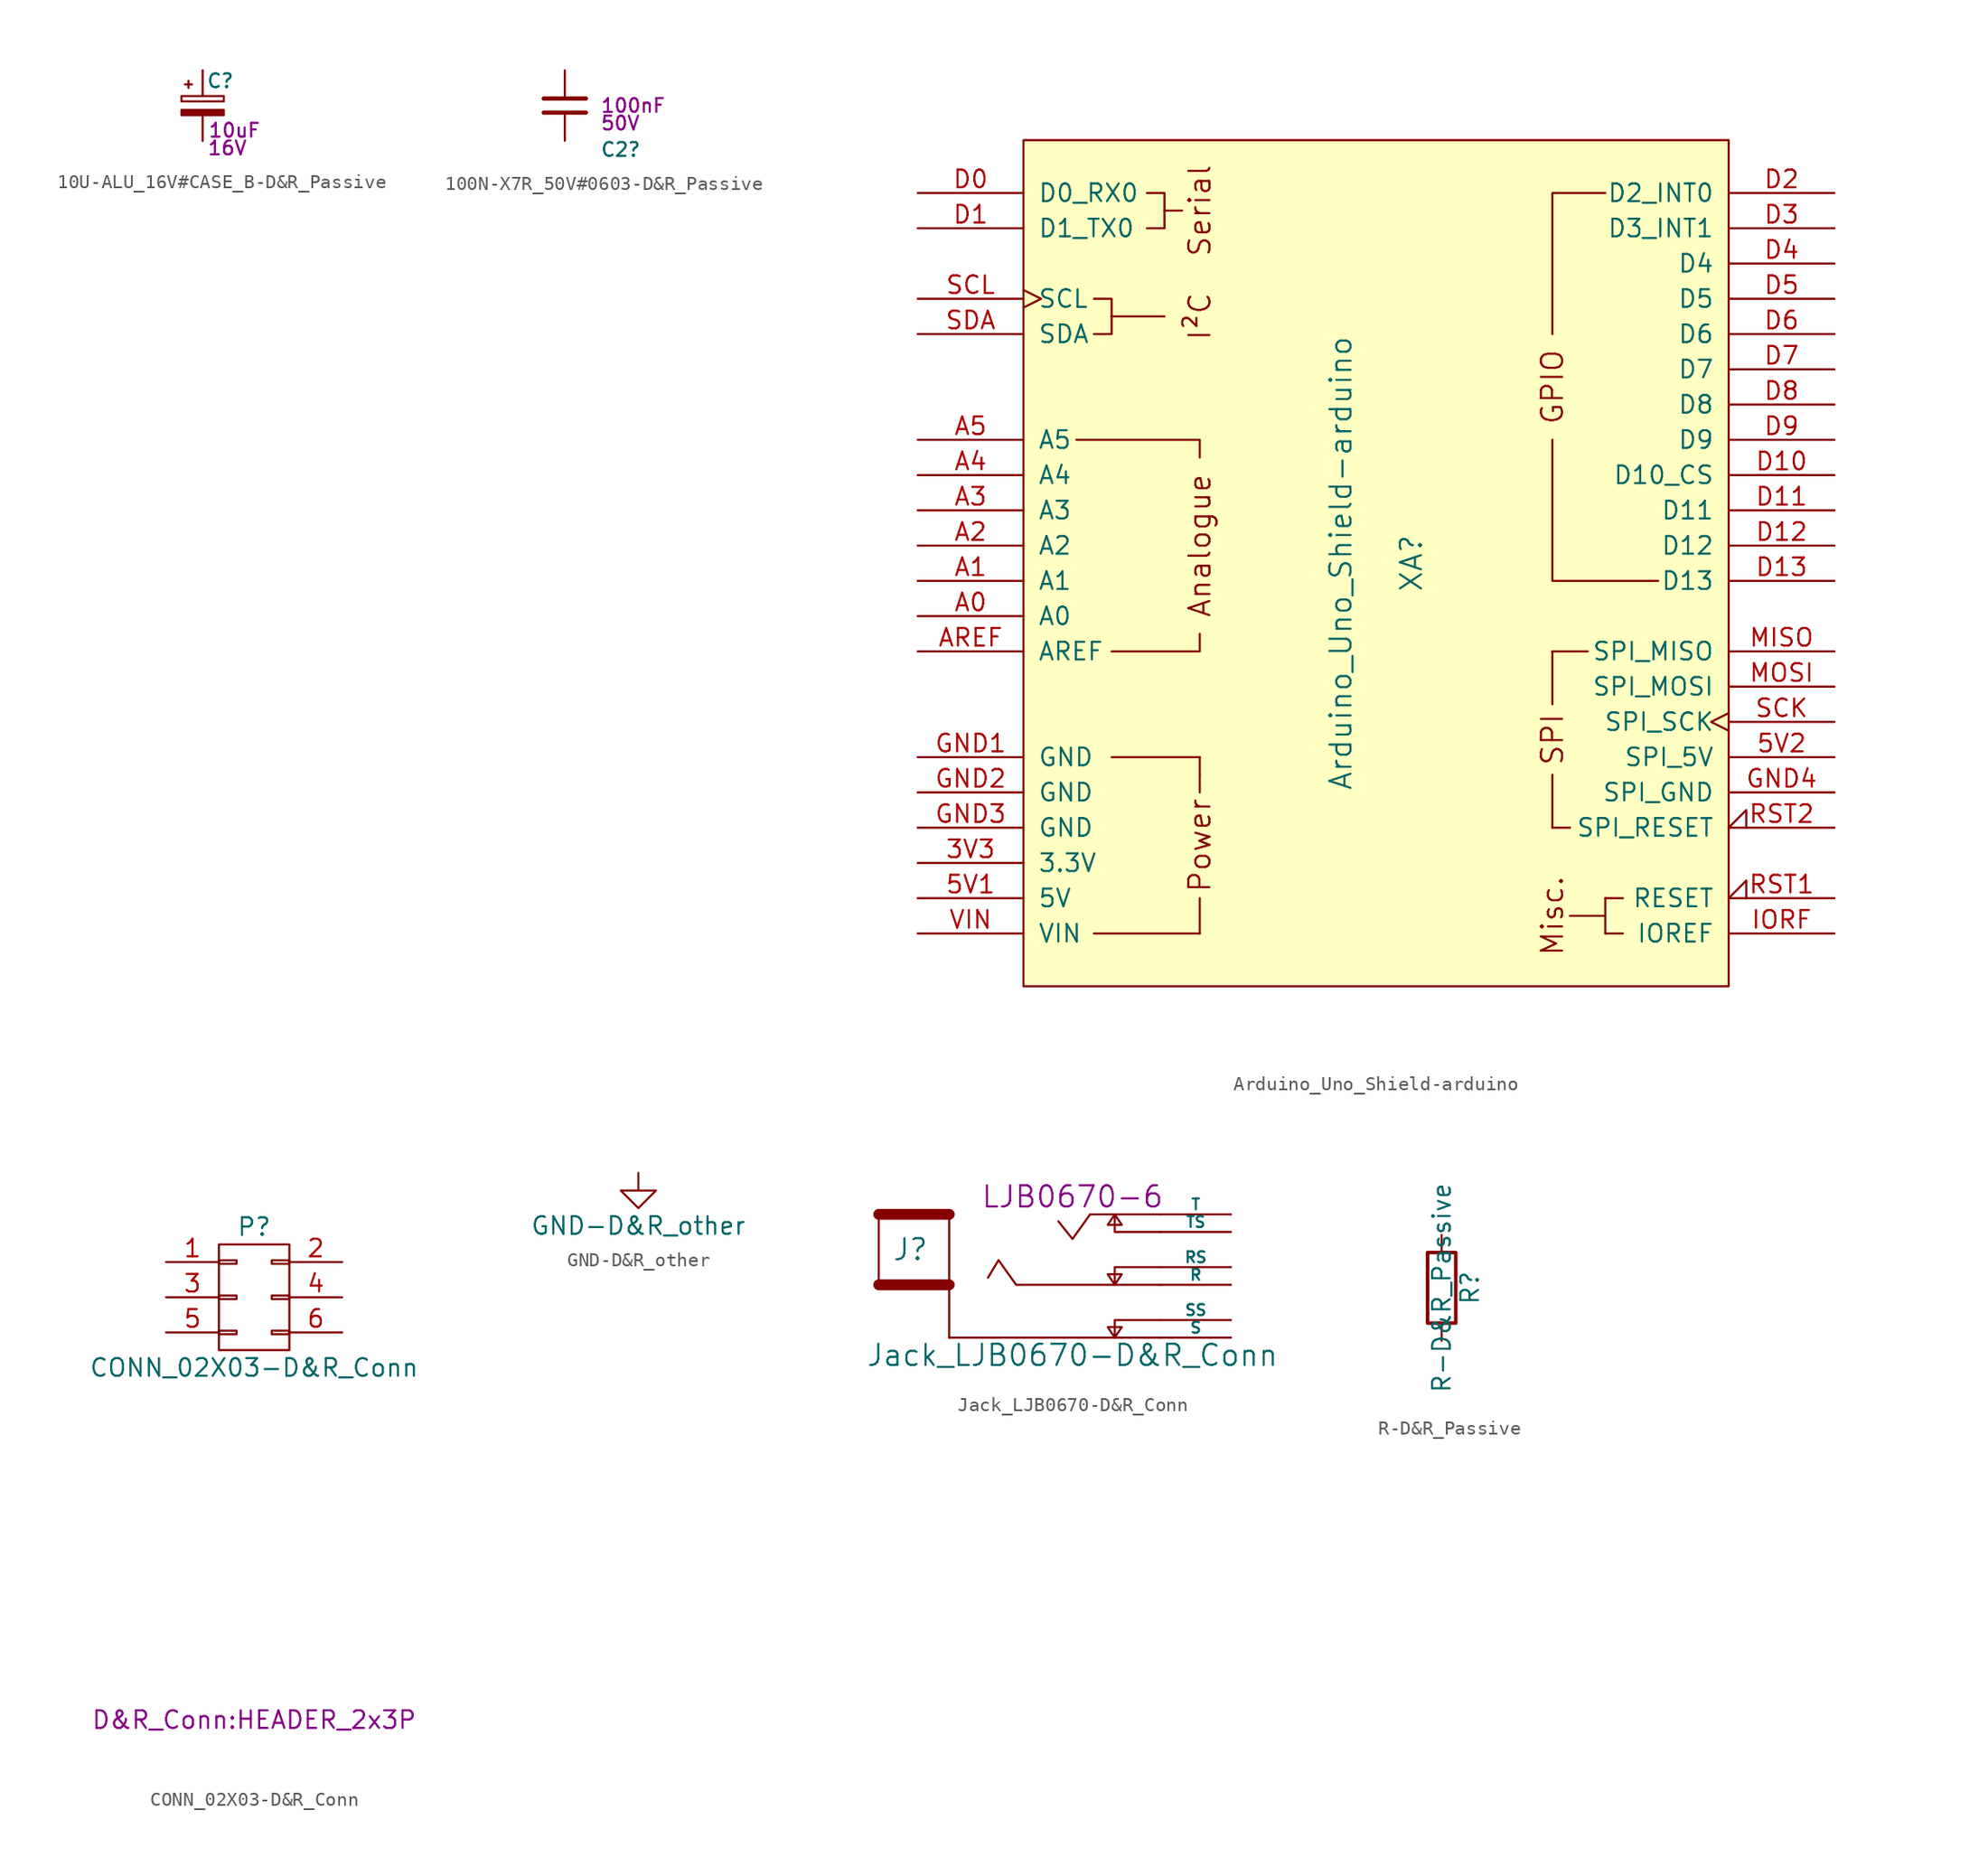
<source format=kicad_sym>
(kicad_symbol_lib
  (version 20211014)
  (generator kicad_symbol_editor)
  (symbol "10U-ALU_16V#CASE_B-D&R_Passive"
    (pin_numbers hide)
    (pin_names
      (offset 0.254) hide)
    (property "Reference" "C"
      (at 0.254 1.778 0)
      (effects (font (size 0.991 0.991)) (justify left)))
    (property "Datasheet" ""
      (at 0.254 1.778 0)
      (effects (font (size 1.524 1.524))))
    (property "Component Value" "10uF"
      (at 2.286 -1.778 0)
      (effects (font (size 0.991 0.991))))
    (property "Voltage" "16V"
      (at 1.778 -3.048 0)
      (effects (font (size 0.991 0.991))))
    (symbol "10U-ALU_16V#CASE_B-D&R_Passive_0_1"
      (rectangle (start -1.524 -0.305) (end 1.524 -0.686) (stroke (width 0) (type default) (color 0 0 0 0)) (fill (type outline)))
      (rectangle (start -1.524 0.686) (end 1.524 0.305) (stroke (width 0) (type default) (color 0 0 0 0)) (fill (type none)))
      (polyline (pts (xy -1.27 1.524) (xy -0.762 1.524)) (stroke (width 0) (type default) (color 0 0 0 0)) (fill (type none)))
      (polyline (pts (xy -1.016 1.27) (xy -1.016 1.778)) (stroke (width 0) (type default) (color 0 0 0 0)) (fill (type none))))
    (symbol "10U-ALU_16V#CASE_B-D&R_Passive_1_1"
      (pin passive line (at 0 2.54 270) (length 1.854) (name "~" (effects (font (size 1.016 1.016)))) (number "1" (effects (font (size 1.016 1.016)))))
      (pin passive line (at 0 -2.54 90) (length 1.854) (name "~" (effects (font (size 1.016 1.016)))) (number "2" (effects (font (size 1.016 1.016)))))))
  (symbol "100N-X7R_50V#0603-D&R_Passive"
    (pin_numbers hide)
    (pin_names
      (offset 1.016) hide)
    (property "Reference" "C2"
      (at 2.54 -3.175 0)
      (effects (font (size 0.991 0.991)) (justify left)))
    (property "Datasheet" ""
      (at 0 0 0)
      (effects (font (size 1.524 1.524))))
    (property "Component Value" "100nF"
      (at 2.54 0 0)
      (effects (font (size 0.991 0.991)) (justify left)))
    (property "Voltage" "50V"
      (at 2.54 -1.27 0)
      (effects (font (size 0.991 0.991)) (justify left)))
    (symbol "100N-X7R_50V#0603-D&R_Passive_0_1"
      (polyline (pts (xy -1.524 -0.508) (xy 1.524 -0.508)) (stroke (width 0.305) (type default) (color 0 0 0 0)) (fill (type none)))
      (polyline (pts (xy 1.524 0.508) (xy -1.524 0.508)) (stroke (width 0.305) (type default) (color 0 0 0 0)) (fill (type none))))
    (symbol "100N-X7R_50V#0603-D&R_Passive_1_1"
      (pin bidirectional line (at 0 2.54 270) (length 1.905) (name "1" (effects (font (size 1.27 1.27)))) (number "1" (effects (font (size 1.27 1.27)))))
      (pin bidirectional line (at 0 -2.54 90) (length 1.905) (name "2" (effects (font (size 1.27 1.27)))) (number "2" (effects (font (size 1.27 1.27)))))))
  (symbol "Arduino_Uno_Shield-arduino"
    (pin_names
      (offset 1.016))
    (property "Reference" "XA"
      (at 2.54 0 90)
      (effects (font (size 1.524 1.524))))
    (property "Value" "Arduino_Uno_Shield-arduino"
      (at -2.54 0 90)
      (effects (font (size 1.524 1.524))))
    (symbol "Arduino_Uno_Shield-arduino_0_0"
      (rectangle (start -25.4 30.48) (end 25.4 -30.48) (stroke (width 0) (type default) (color 0 0 0 0)) (fill (type background)))
      (rectangle (start -20.32 -26.67) (end -12.7 -26.67) (stroke (width 0) (type default) (color 0 0 0 0)) (fill (type none)))
      (rectangle (start -19.05 -13.97) (end -12.7 -13.97) (stroke (width 0) (type default) (color 0 0 0 0)) (fill (type none)))
      (polyline (pts (xy -19.05 17.78) (xy -15.24 17.78)) (stroke (width 0) (type default) (color 0 0 0 0)) (fill (type none)))
      (polyline (pts (xy -15.24 25.4) (xy -13.97 25.4)) (stroke (width 0) (type default) (color 0 0 0 0)) (fill (type none)))
      (polyline (pts (xy -12.7 -26.67) (xy -12.7 -24.13)) (stroke (width 0) (type default) (color 0 0 0 0)) (fill (type none)))
      (polyline (pts (xy -12.7 -15.24) (xy -12.7 -16.51)) (stroke (width 0) (type default) (color 0 0 0 0)) (fill (type none)))
      (polyline (pts (xy -12.7 -13.97) (xy -12.7 -15.24)) (stroke (width 0) (type default) (color 0 0 0 0)) (fill (type none)))
      (polyline (pts (xy -12.7 -5.08) (xy -12.7 -6.35) (xy -19.05 -6.35)) (stroke (width 0) (type default) (color 0 0 0 0)) (fill (type none)))
      (polyline (pts (xy -12.7 7.62) (xy -12.7 8.89) (xy -21.59 8.89)) (stroke (width 0) (type default) (color 0 0 0 0)) (fill (type none)))
      (polyline (pts (xy 12.7 8.89) (xy 12.7 -1.27) (xy 20.32 -1.27)) (stroke (width 0) (type default) (color 0 0 0 0)) (fill (type none)))
      (polyline (pts (xy 12.7 16.51) (xy 12.7 26.67) (xy 16.51 26.67)) (stroke (width 0) (type default) (color 0 0 0 0)) (fill (type none)))
      (polyline (pts (xy -20.32 19.05) (xy -19.05 19.05) (xy -19.05 16.51) (xy -20.32 16.51)) (stroke (width 0) (type default) (color 0 0 0 0)) (fill (type none)))
      (polyline (pts (xy -16.51 26.67) (xy -15.24 26.67) (xy -15.24 24.13) (xy -16.51 24.13)) (stroke (width 0) (type default) (color 0 0 0 0)) (fill (type none)))
      (rectangle (start 12.7 -19.05) (end 12.7 -15.24) (stroke (width 0) (type default) (color 0 0 0 0)) (fill (type none)))
      (rectangle (start 12.7 -10.16) (end 12.7 -6.35) (stroke (width 0) (type default) (color 0 0 0 0)) (fill (type none)))
      (rectangle (start 13.97 -19.05) (end 12.7 -19.05) (stroke (width 0) (type default) (color 0 0 0 0)) (fill (type none)))
      (rectangle (start 15.24 -6.35) (end 12.7 -6.35) (stroke (width 0) (type default) (color 0 0 0 0)) (fill (type none)))
      (rectangle (start 16.51 -25.4) (end 13.97 -25.4) (stroke (width 0) (type default) (color 0 0 0 0)) (fill (type none)))
      (rectangle (start 16.51 -24.13) (end 16.51 -26.67) (stroke (width 0) (type default) (color 0 0 0 0)) (fill (type none)))
      (rectangle (start 17.78 -26.67) (end 16.51 -26.67) (stroke (width 0) (type default) (color 0 0 0 0)) (fill (type none)))
      (rectangle (start 17.78 -24.13) (end 16.51 -24.13) (stroke (width 0) (type default) (color 0 0 0 0)) (fill (type none)))
      (text "Analogue" (at -12.7 1.27 900) (effects (font (size 1.524 1.524))))
      (text "I²C" (at -12.7 17.78 900) (effects (font (size 1.524 1.524))))
      (text "Misc." (at 12.7 -25.4 900) (effects (font (size 1.524 1.524))))
      (text "Power" (at -12.7 -20.32 900) (effects (font (size 1.524 1.524))))
      (text "Serial" (at -12.7 25.4 900) (effects (font (size 1.524 1.524))))
      (text "SPI" (at 12.7 -12.7 900) (effects (font (size 1.524 1.524)))))
    (symbol "Arduino_Uno_Shield-arduino_1_0"
      (text "GPIO" (at 12.7 12.7 900) (effects (font (size 1.524 1.524)))))
    (symbol "Arduino_Uno_Shield-arduino_1_1"
      (pin power_in line (at -33.02 -21.59 0) (length 7.62) (name "3.3V" (effects (font (size 1.27 1.27)))) (number "3V3" (effects (font (size 1.27 1.27)))))
      (pin power_in line (at -33.02 -24.13 0) (length 7.62) (name "5V" (effects (font (size 1.27 1.27)))) (number "5V1" (effects (font (size 1.27 1.27)))))
      (pin power_in line (at 33.02 -13.97 180) (length 7.62) (name "SPI_5V" (effects (font (size 1.27 1.27)))) (number "5V2" (effects (font (size 1.27 1.27)))))
      (pin bidirectional line (at -33.02 -3.81 0) (length 7.62) (name "A0" (effects (font (size 1.27 1.27)))) (number "A0" (effects (font (size 1.27 1.27)))))
      (pin bidirectional line (at -33.02 -1.27 0) (length 7.62) (name "A1" (effects (font (size 1.27 1.27)))) (number "A1" (effects (font (size 1.27 1.27)))))
      (pin bidirectional line (at -33.02 1.27 0) (length 7.62) (name "A2" (effects (font (size 1.27 1.27)))) (number "A2" (effects (font (size 1.27 1.27)))))
      (pin bidirectional line (at -33.02 3.81 0) (length 7.62) (name "A3" (effects (font (size 1.27 1.27)))) (number "A3" (effects (font (size 1.27 1.27)))))
      (pin bidirectional line (at -33.02 6.35 0) (length 7.62) (name "A4" (effects (font (size 1.27 1.27)))) (number "A4" (effects (font (size 1.27 1.27)))))
      (pin bidirectional line (at -33.02 8.89 0) (length 7.62) (name "A5" (effects (font (size 1.27 1.27)))) (number "A5" (effects (font (size 1.27 1.27)))))
      (pin input line (at -33.02 -6.35 0) (length 7.62) (name "AREF" (effects (font (size 1.27 1.27)))) (number "AREF" (effects (font (size 1.27 1.27)))))
      (pin bidirectional line (at -33.02 26.67 0) (length 7.62) (name "D0_RX0" (effects (font (size 1.27 1.27)))) (number "D0" (effects (font (size 1.27 1.27)))))
      (pin bidirectional line (at -33.02 24.13 0) (length 7.62) (name "D1_TX0" (effects (font (size 1.27 1.27)))) (number "D1" (effects (font (size 1.27 1.27)))))
      (pin bidirectional line (at 33.02 6.35 180) (length 7.62) (name "D10_CS" (effects (font (size 1.27 1.27)))) (number "D10" (effects (font (size 1.27 1.27)))))
      (pin bidirectional line (at 33.02 3.81 180) (length 7.62) (name "D11" (effects (font (size 1.27 1.27)))) (number "D11" (effects (font (size 1.27 1.27)))))
      (pin bidirectional line (at 33.02 1.27 180) (length 7.62) (name "D12" (effects (font (size 1.27 1.27)))) (number "D12" (effects (font (size 1.27 1.27)))))
      (pin bidirectional line (at 33.02 -1.27 180) (length 7.62) (name "D13" (effects (font (size 1.27 1.27)))) (number "D13" (effects (font (size 1.27 1.27)))))
      (pin bidirectional line (at 33.02 26.67 180) (length 7.62) (name "D2_INT0" (effects (font (size 1.27 1.27)))) (number "D2" (effects (font (size 1.27 1.27)))))
      (pin bidirectional line (at 33.02 24.13 180) (length 7.62) (name "D3_INT1" (effects (font (size 1.27 1.27)))) (number "D3" (effects (font (size 1.27 1.27)))))
      (pin bidirectional line (at 33.02 21.59 180) (length 7.62) (name "D4" (effects (font (size 1.27 1.27)))) (number "D4" (effects (font (size 1.27 1.27)))))
      (pin bidirectional line (at 33.02 19.05 180) (length 7.62) (name "D5" (effects (font (size 1.27 1.27)))) (number "D5" (effects (font (size 1.27 1.27)))))
      (pin bidirectional line (at 33.02 16.51 180) (length 7.62) (name "D6" (effects (font (size 1.27 1.27)))) (number "D6" (effects (font (size 1.27 1.27)))))
      (pin bidirectional line (at 33.02 13.97 180) (length 7.62) (name "D7" (effects (font (size 1.27 1.27)))) (number "D7" (effects (font (size 1.27 1.27)))))
      (pin bidirectional line (at 33.02 11.43 180) (length 7.62) (name "D8" (effects (font (size 1.27 1.27)))) (number "D8" (effects (font (size 1.27 1.27)))))
      (pin bidirectional line (at 33.02 8.89 180) (length 7.62) (name "D9" (effects (font (size 1.27 1.27)))) (number "D9" (effects (font (size 1.27 1.27)))))
      (pin power_in line (at -33.02 -13.97 0) (length 7.62) (name "GND" (effects (font (size 1.27 1.27)))) (number "GND1" (effects (font (size 1.27 1.27)))))
      (pin power_in line (at -33.02 -16.51 0) (length 7.62) (name "GND" (effects (font (size 1.27 1.27)))) (number "GND2" (effects (font (size 1.27 1.27)))))
      (pin power_in line (at -33.02 -19.05 0) (length 7.62) (name "GND" (effects (font (size 1.27 1.27)))) (number "GND3" (effects (font (size 1.27 1.27)))))
      (pin power_in line (at 33.02 -16.51 180) (length 7.62) (name "SPI_GND" (effects (font (size 1.27 1.27)))) (number "GND4" (effects (font (size 1.27 1.27)))))
      (pin output line (at 33.02 -26.67 180) (length 7.62) (name "IOREF" (effects (font (size 1.27 1.27)))) (number "IORF" (effects (font (size 1.27 1.27)))))
      (pin input line (at 33.02 -6.35 180) (length 7.62) (name "SPI_MISO" (effects (font (size 1.27 1.27)))) (number "MISO" (effects (font (size 1.27 1.27)))))
      (pin output line (at 33.02 -8.89 180) (length 7.62) (name "SPI_MOSI" (effects (font (size 1.27 1.27)))) (number "MOSI" (effects (font (size 1.27 1.27)))))
      (pin open_collector input_low (at 33.02 -24.13 180) (length 7.62) (name "RESET" (effects (font (size 1.27 1.27)))) (number "RST1" (effects (font (size 1.27 1.27)))))
      (pin open_collector input_low (at 33.02 -19.05 180) (length 7.62) (name "SPI_RESET" (effects (font (size 1.27 1.27)))) (number "RST2" (effects (font (size 1.27 1.27)))))
      (pin output clock (at 33.02 -11.43 180) (length 7.62) (name "SPI_SCK" (effects (font (size 1.27 1.27)))) (number "SCK" (effects (font (size 1.27 1.27)))))
      (pin bidirectional clock (at -33.02 19.05 0) (length 7.62) (name "SCL" (effects (font (size 1.27 1.27)))) (number "SCL" (effects (font (size 1.27 1.27)))))
      (pin bidirectional line (at -33.02 16.51 0) (length 7.62) (name "SDA" (effects (font (size 1.27 1.27)))) (number "SDA" (effects (font (size 1.27 1.27)))))
      (pin power_in line (at -33.02 -26.67 0) (length 7.62) (name "VIN" (effects (font (size 1.27 1.27)))) (number "VIN" (effects (font (size 1.27 1.27)))))))
  (symbol "CONN_02X03-D&R_Conn"
    (pin_names
      (offset 0.025) hide)
    (property "Reference" "P"
      (at 0 5.08 0)
      (effects (font (size 1.27 1.27))))
    (property "Value" "CONN_02X03-D&R_Conn"
      (at 0 -5.08 0)
      (effects (font (size 1.27 1.27))))
    (property "Footprint" "D&R_Conn:HEADER_2x3P"
      (at 0 -30.48 0)
      (effects (font (size 1.27 1.27))))
    (property "Datasheet" ""
      (at 0 -30.48 0)
      (effects (font (size 1.27 1.27))))
    (symbol "CONN_02X03-D&R_Conn_0_1"
      (rectangle (start -2.54 -2.413) (end -1.27 -2.667) (stroke (width 0) (type default) (color 0 0 0 0)) (fill (type none)))
      (rectangle (start -2.54 0.127) (end -1.27 -0.127) (stroke (width 0) (type default) (color 0 0 0 0)) (fill (type none)))
      (rectangle (start -2.54 2.667) (end -1.27 2.413) (stroke (width 0) (type default) (color 0 0 0 0)) (fill (type none)))
      (rectangle (start -2.54 3.81) (end 2.54 -3.81) (stroke (width 0) (type default) (color 0 0 0 0)) (fill (type none)))
      (rectangle (start 1.27 -2.413) (end 2.54 -2.667) (stroke (width 0) (type default) (color 0 0 0 0)) (fill (type none)))
      (rectangle (start 1.27 0.127) (end 2.54 -0.127) (stroke (width 0) (type default) (color 0 0 0 0)) (fill (type none)))
      (rectangle (start 1.27 2.667) (end 2.54 2.413) (stroke (width 0) (type default) (color 0 0 0 0)) (fill (type none))))
    (symbol "CONN_02X03-D&R_Conn_1_1"
      (pin passive line (at -6.35 2.54 0) (length 3.81) (name "P1" (effects (font (size 1.27 1.27)))) (number "1" (effects (font (size 1.27 1.27)))))
      (pin passive line (at 6.35 2.54 180) (length 3.81) (name "P2" (effects (font (size 1.27 1.27)))) (number "2" (effects (font (size 1.27 1.27)))))
      (pin passive line (at -6.35 0 0) (length 3.81) (name "P3" (effects (font (size 1.27 1.27)))) (number "3" (effects (font (size 1.27 1.27)))))
      (pin passive line (at 6.35 0 180) (length 3.81) (name "P4" (effects (font (size 1.27 1.27)))) (number "4" (effects (font (size 1.27 1.27)))))
      (pin passive line (at -6.35 -2.54 0) (length 3.81) (name "P5" (effects (font (size 1.27 1.27)))) (number "5" (effects (font (size 1.27 1.27)))))
      (pin passive line (at 6.35 -2.54 180) (length 3.81) (name "P6" (effects (font (size 1.27 1.27)))) (number "6" (effects (font (size 1.27 1.27)))))))
  (symbol "GND-D&R_other"
    (power)
    (pin_names
      (offset 0))
    (property "Reference" "#PWR"
      (at 0 -6.35 0)
      (effects (font (size 1.27 1.27)) hide))
    (property "Value" "GND-D&R_other"
      (at 0 -3.81 0)
      (effects (font (size 1.27 1.27))))
    (symbol "GND-D&R_other_0_1"
      (polyline (pts (xy 0 0) (xy 0 -1.27) (xy 1.27 -1.27) (xy 0 -2.54) (xy -1.27 -1.27) (xy 0 -1.27)) (stroke (width 0) (type default) (color 0 0 0 0)) (fill (type none))))
    (symbol "GND-D&R_other_1_1"
      (pin power_in line (at 0 0 270) (length 0) hide (name "GND" (effects (font (size 1.27 1.27)))) (number "1" (effects (font (size 1.27 1.27)))))))
  (symbol "Jack_LJB0670-D&R_Conn"
    (pin_numbers hide)
    (pin_names
      (offset 0))
    (property "Reference" "J"
      (at -11.684 0 0)
      (effects (font (size 1.524 1.524))))
    (property "Value" "Jack_LJB0670-D&R_Conn"
      (at 0 -7.62 0)
      (effects (font (size 1.524 1.524))))
    (property "manf#" "LJB0670-6"
      (at 0 3.81 0)
      (effects (font (size 1.524 1.524))))
    (symbol "Jack_LJB0670-D&R_Conn_0_1"
      (polyline (pts (xy -13.97 -2.54) (xy -8.89 -2.54)) (stroke (width 0.787) (type default) (color 0 0 0 0)) (fill (type none)))
      (polyline (pts (xy -13.97 2.54) (xy -13.97 -2.54)) (stroke (width 0) (type default) (color 0 0 0 0)) (fill (type none)))
      (polyline (pts (xy -13.97 2.54) (xy -8.89 2.54)) (stroke (width 0.787) (type default) (color 0 0 0 0)) (fill (type none)))
      (polyline (pts (xy -8.89 -6.35) (xy 6.35 -6.35)) (stroke (width 0) (type default) (color 0 0 0 0)) (fill (type none)))
      (polyline (pts (xy -8.89 -2.54) (xy -8.89 -6.35)) (stroke (width 0) (type default) (color 0 0 0 0)) (fill (type none)))
      (polyline (pts (xy -8.89 -2.54) (xy -8.89 -2.54)) (stroke (width 0) (type default) (color 0 0 0 0)) (fill (type none)))
      (polyline (pts (xy -8.89 -2.54) (xy -8.89 2.54)) (stroke (width 0) (type default) (color 0 0 0 0)) (fill (type none)))
      (polyline (pts (xy 6.35 2.54) (xy 1.27 2.54)) (stroke (width 0) (type default) (color 0 0 0 0)) (fill (type none)))
      (polyline (pts (xy 1.27 2.54) (xy 0 0.762) (xy -1.016 2.032)) (stroke (width 0) (type default) (color 0 0 0 0)) (fill (type none)))
      (polyline (pts (xy 6.35 -2.54) (xy -4.064 -2.54) (xy -5.334 -0.762) (xy -6.096 -2.032)) (stroke (width 0) (type default) (color 0 0 0 0)) (fill (type none)))
      (polyline (pts (xy 6.35 -5.08) (xy 3.048 -5.08) (xy 3.048 -6.35) (xy 3.556 -5.588) (xy 2.54 -5.588) (xy 3.048 -6.35)) (stroke (width 0) (type default) (color 0 0 0 0)) (fill (type none)))
      (polyline (pts (xy 6.35 -1.27) (xy 3.048 -1.27) (xy 3.048 -2.54) (xy 3.556 -1.778) (xy 2.54 -1.778) (xy 3.048 -2.54)) (stroke (width 0) (type default) (color 0 0 0 0)) (fill (type none)))
      (polyline (pts (xy 6.35 1.27) (xy 3.048 1.27) (xy 3.048 2.54) (xy 2.54 1.778) (xy 3.556 1.778) (xy 3.048 2.54)) (stroke (width 0) (type default) (color 0 0 0 0)) (fill (type none))))
    (symbol "Jack_LJB0670-D&R_Conn_1_1"
      (pin input line (at 11.43 2.54 180) (length 5.08) (name "T" (effects (font (size 0.787 0.787)))) (number "1" (effects (font (size 1.27 1.27)))))
      (pin input line (at 11.43 1.27 180) (length 5.08) (name "TS" (effects (font (size 0.787 0.787)))) (number "2" (effects (font (size 1.27 1.27)))))
      (pin input line (at 11.43 -2.54 180) (length 5.08) (name "R" (effects (font (size 0.787 0.787)))) (number "3" (effects (font (size 1.27 1.27)))))
      (pin input line (at 11.43 -1.27 180) (length 5.08) (name "RS" (effects (font (size 0.787 0.787)))) (number "4" (effects (font (size 1.27 1.27)))))
      (pin input line (at 11.43 -6.35 180) (length 5.08) (name "S" (effects (font (size 0.787 0.787)))) (number "5" (effects (font (size 1.27 1.27)))))
      (pin input line (at 11.43 -5.08 180) (length 5.08) (name "SS" (effects (font (size 0.787 0.787)))) (number "6" (effects (font (size 1.27 1.27)))))))
  (symbol "R-D&R_Passive"
    (pin_numbers hide)
    (pin_names
      (offset 0))
    (property "Reference" "R"
      (at 2.032 0 90)
      (effects (font (size 1.27 1.27))))
    (property "Value" "R-D&R_Passive"
      (at 0 0 90)
      (effects (font (size 1.27 1.27))))
    (property "Footprint" ""
      (at -1.778 0 90)
      (effects (font (size 0.762 0.762))))
    (property "Datasheet" ""
      (at 0 0 0)
      (effects (font (size 0.762 0.762))))
    (symbol "R-D&R_Passive_0_1"
      (rectangle (start -1.016 -2.54) (end 1.016 2.54) (stroke (width 0.254) (type default) (color 0 0 0 0)) (fill (type none))))
    (symbol "R-D&R_Passive_1_1"
      (pin passive line (at 0 3.81 270) (length 1.27) (name "~" (effects (font (size 1.524 1.524)))) (number "1" (effects (font (size 1.524 1.524)))))
      (pin passive line (at 0 -3.81 90) (length 1.27) (name "~" (effects (font (size 1.524 1.524)))) (number "2" (effects (font (size 1.524 1.524))))))))
</source>
